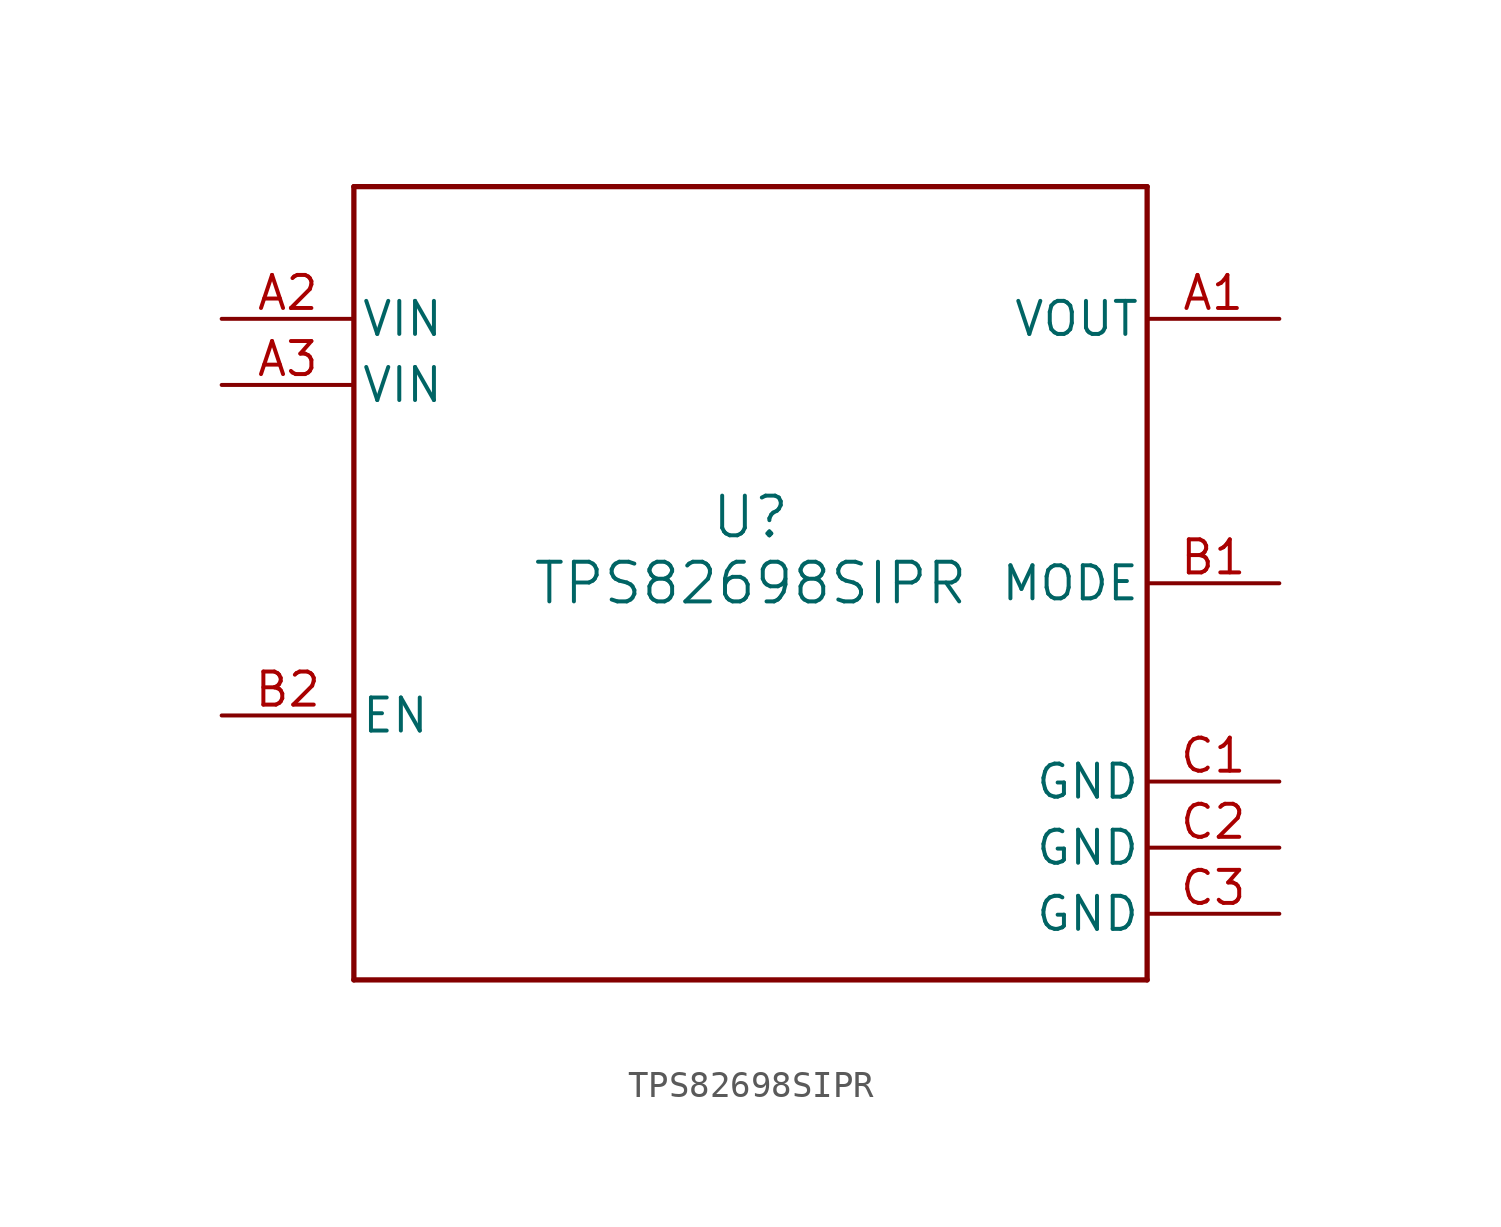
<source format=kicad_sym>
(kicad_symbol_lib
  (version 20211014)
  (generator kicad_symbol_editor)
  (symbol "TPS82698SIPR"
    (pin_names
      (offset 0.254))
    (property "Reference" "U"
      (at 0 2.54 0)
      (effects (font (size 1.524 1.524))))
    (property "Value" "TPS82698SIPR"
      (at 0 0 0)
      (effects (font (size 1.524 1.524))))
    (symbol "TPS82698SIPR_0_1"
      (polyline (pts (xy -15.24 -15.24) (xy 15.24 -15.24)) (stroke (width 0.203) (type default) (color 0 0 0 0)) (fill (type none)))
      (polyline (pts (xy 15.24 -15.24) (xy 15.24 15.24)) (stroke (width 0.203) (type default) (color 0 0 0 0)) (fill (type none)))
      (polyline (pts (xy 15.24 15.24) (xy -15.24 15.24)) (stroke (width 0.203) (type default) (color 0 0 0 0)) (fill (type none)))
      (polyline (pts (xy -15.24 15.24) (xy -15.24 -15.24)) (stroke (width 0.203) (type default) (color 0 0 0 0)) (fill (type none)))
      (pin power_in line (at 20.32 10.16 180) (length 5.08) (name "VOUT" (effects (font (size 1.27 1.27)))) (number "A1" (effects (font (size 1.27 1.27)))))
      (pin power_in line (at -20.32 10.16 0) (length 5.08) (name "VIN" (effects (font (size 1.27 1.27)))) (number "A2" (effects (font (size 1.27 1.27)))))
      (pin power_in line (at -20.32 7.62 0) (length 5.08) (name "VIN" (effects (font (size 1.27 1.27)))) (number "A3" (effects (font (size 1.27 1.27)))))
      (pin input line (at 20.32 0 180) (length 5.08) (name "MODE" (effects (font (size 1.27 1.27)))) (number "B1" (effects (font (size 1.27 1.27)))))
      (pin input line (at -20.32 -5.08 0) (length 5.08) (name "EN" (effects (font (size 1.27 1.27)))) (number "B2" (effects (font (size 1.27 1.27)))))
      (pin power_in line (at 20.32 -7.62 180) (length 5.08) (name "GND" (effects (font (size 1.27 1.27)))) (number "C1" (effects (font (size 1.27 1.27)))))
      (pin power_in line (at 20.32 -10.16 180) (length 5.08) (name "GND" (effects (font (size 1.27 1.27)))) (number "C2" (effects (font (size 1.27 1.27)))))
      (pin power_in line (at 20.32 -12.7 180) (length 5.08) (name "GND" (effects (font (size 1.27 1.27)))) (number "C3" (effects (font (size 1.27 1.27))))))))
</source>
